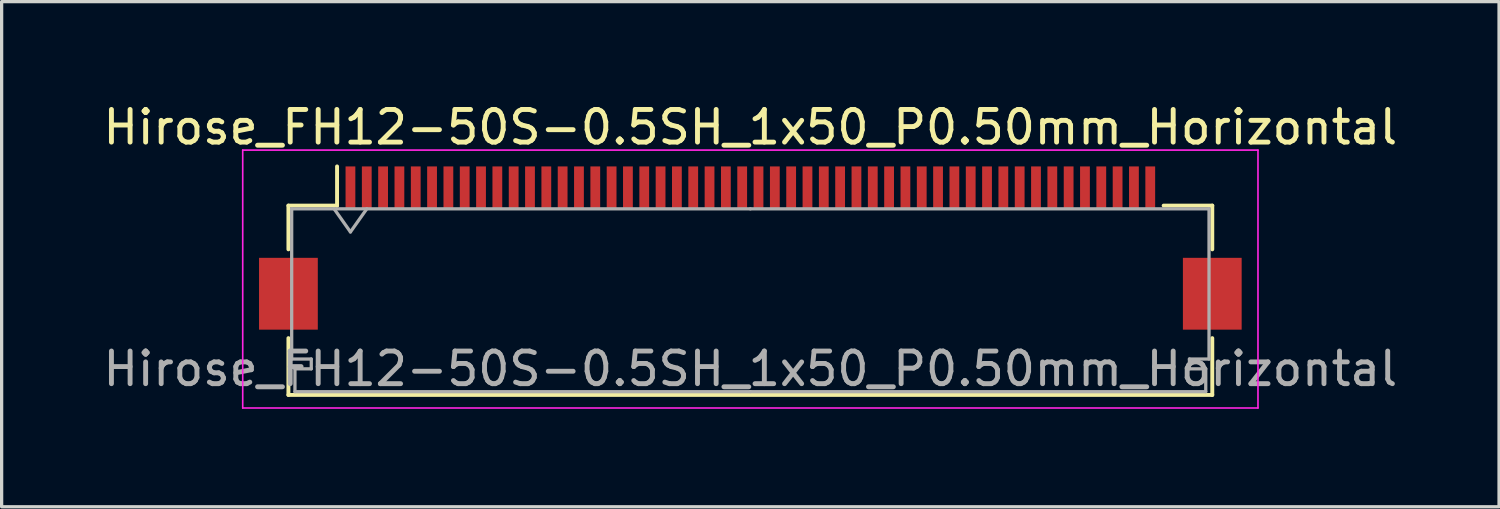
<source format=kicad_pcb>
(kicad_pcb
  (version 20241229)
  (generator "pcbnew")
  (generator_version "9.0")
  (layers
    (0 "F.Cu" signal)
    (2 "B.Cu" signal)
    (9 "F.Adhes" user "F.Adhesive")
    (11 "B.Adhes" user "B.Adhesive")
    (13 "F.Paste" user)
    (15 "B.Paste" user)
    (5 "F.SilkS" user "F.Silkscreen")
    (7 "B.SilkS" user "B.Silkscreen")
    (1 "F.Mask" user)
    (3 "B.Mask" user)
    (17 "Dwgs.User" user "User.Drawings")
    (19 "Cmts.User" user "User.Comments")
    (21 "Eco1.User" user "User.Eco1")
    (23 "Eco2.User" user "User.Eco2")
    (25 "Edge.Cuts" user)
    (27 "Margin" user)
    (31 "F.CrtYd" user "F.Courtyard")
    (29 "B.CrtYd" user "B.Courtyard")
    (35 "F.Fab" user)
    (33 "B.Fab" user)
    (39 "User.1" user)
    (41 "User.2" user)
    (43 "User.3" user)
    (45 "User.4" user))
  (footprint "Hirose_FH12-50S-0.5SH_1x50_P0.50mm_Horizontal"
    (layer "F.Cu")
    (at 19.935 4.548)
    (property "Reference" "Hirose_FH12-50S-0.5SH_1x50_P0.50mm_Horizontal" (at 0 -3.7 0) (layer "F.SilkS") (effects (font (size 1 1) (thickness 0.15))))
    (attr smd)
    (fp_line (start -14.15 -1.3) (end -14.15 0.04) (stroke (width 0.12) (type solid)) (layer "F.SilkS"))
    (fp_line (start -14.15 2.76) (end -14.15 4.5) (stroke (width 0.12) (type solid)) (layer "F.SilkS"))
    (fp_line (start -14.15 4.5) (end 14.15 4.5) (stroke (width 0.12) (type solid)) (layer "F.SilkS"))
    (fp_line (start -12.66 -1.3) (end -14.15 -1.3) (stroke (width 0.12) (type solid)) (layer "F.SilkS"))
    (fp_line (start -12.66 -1.3) (end -12.66 -2.5) (stroke (width 0.12) (type solid)) (layer "F.SilkS"))
    (fp_line (start 12.66 -1.3) (end 14.15 -1.3) (stroke (width 0.12) (type solid)) (layer "F.SilkS"))
    (fp_line (start 14.15 -1.3) (end 14.15 0.04) (stroke (width 0.12) (type solid)) (layer "F.SilkS"))
    (fp_line (start 14.15 4.5) (end 14.15 2.76) (stroke (width 0.12) (type solid)) (layer "F.SilkS"))
    (fp_line (start -15.55 -3) (end -15.55 4.9) (stroke (width 0.05) (type solid)) (layer "F.CrtYd"))
    (fp_line (start -15.55 4.9) (end 15.55 4.9) (stroke (width 0.05) (type solid)) (layer "F.CrtYd"))
    (fp_line (start 15.55 -3) (end -15.55 -3) (stroke (width 0.05) (type solid)) (layer "F.CrtYd"))
    (fp_line (start 15.55 4.9) (end 15.55 -3) (stroke (width 0.05) (type solid)) (layer "F.CrtYd"))
    (fp_line (start -14.05 -1.2) (end -14.05 3.4) (stroke (width 0.1) (type solid)) (layer "F.Fab"))
    (fp_line (start -14.05 3.4) (end -13.45 3.4) (stroke (width 0.1) (type solid)) (layer "F.Fab"))
    (fp_line (start -13.95 3.7) (end -13.95 4.4) (stroke (width 0.1) (type solid)) (layer "F.Fab"))
    (fp_line (start -13.95 4.4) (end 0 4.4) (stroke (width 0.1) (type solid)) (layer "F.Fab"))
    (fp_line (start -13.45 3.4) (end -13.45 3.7) (stroke (width 0.1) (type solid)) (layer "F.Fab"))
    (fp_line (start -13.45 3.7) (end -13.95 3.7) (stroke (width 0.1) (type solid)) (layer "F.Fab"))
    (fp_line (start -12.75 -1.2) (end -12.25 -0.493) (stroke (width 0.1) (type solid)) (layer "F.Fab"))
    (fp_line (start -12.25 -0.493) (end -11.75 -1.2) (stroke (width 0.1) (type solid)) (layer "F.Fab"))
    (fp_line (start 0 -1.2) (end -14.05 -1.2) (stroke (width 0.1) (type solid)) (layer "F.Fab"))
    (fp_line (start 0 -1.2) (end 14.05 -1.2) (stroke (width 0.1) (type solid)) (layer "F.Fab"))
    (fp_line (start 13.45 3.4) (end 13.45 3.7) (stroke (width 0.1) (type solid)) (layer "F.Fab"))
    (fp_line (start 13.45 3.7) (end 13.95 3.7) (stroke (width 0.1) (type solid)) (layer "F.Fab"))
    (fp_line (start 13.95 3.7) (end 13.95 4.4) (stroke (width 0.1) (type solid)) (layer "F.Fab"))
    (fp_line (start 13.95 4.4) (end 0 4.4) (stroke (width 0.1) (type solid)) (layer "F.Fab"))
    (fp_line (start 14.05 -1.2) (end 14.05 3.4) (stroke (width 0.1) (type solid)) (layer "F.Fab"))
    (fp_line (start 14.05 3.4) (end 13.45 3.4) (stroke (width 0.1) (type solid)) (layer "F.Fab"))
    (fp_text user "${REFERENCE}" (at 0 3.7 0) (layer "F.Fab") (effects (font (size 1 1) (thickness 0.15))))
    (pad "" smd rect (at -14.15 1.4) (size 1.8 2.2) (layers "F.Cu" "F.Mask" "F.Paste"))
    (pad "" smd rect (at 14.15 1.4) (size 1.8 2.2) (layers "F.Cu" "F.Mask" "F.Paste"))
    (pad "1" smd rect (at -12.25 -1.85) (size 0.3 1.3) (layers "F.Cu" "F.Mask" "F.Paste"))
    (pad "2" smd rect (at -11.75 -1.85) (size 0.3 1.3) (layers "F.Cu" "F.Mask" "F.Paste"))
    (pad "3" smd rect (at -11.25 -1.85) (size 0.3 1.3) (layers "F.Cu" "F.Mask" "F.Paste"))
    (pad "4" smd rect (at -10.75 -1.85) (size 0.3 1.3) (layers "F.Cu" "F.Mask" "F.Paste"))
    (pad "5" smd rect (at -10.25 -1.85) (size 0.3 1.3) (layers "F.Cu" "F.Mask" "F.Paste"))
    (pad "6" smd rect (at -9.75 -1.85) (size 0.3 1.3) (layers "F.Cu" "F.Mask" "F.Paste"))
    (pad "7" smd rect (at -9.25 -1.85) (size 0.3 1.3) (layers "F.Cu" "F.Mask" "F.Paste"))
    (pad "8" smd rect (at -8.75 -1.85) (size 0.3 1.3) (layers "F.Cu" "F.Mask" "F.Paste"))
    (pad "9" smd rect (at -8.25 -1.85) (size 0.3 1.3) (layers "F.Cu" "F.Mask" "F.Paste"))
    (pad "10" smd rect (at -7.75 -1.85) (size 0.3 1.3) (layers "F.Cu" "F.Mask" "F.Paste"))
    (pad "11" smd rect (at -7.25 -1.85) (size 0.3 1.3) (layers "F.Cu" "F.Mask" "F.Paste"))
    (pad "12" smd rect (at -6.75 -1.85) (size 0.3 1.3) (layers "F.Cu" "F.Mask" "F.Paste"))
    (pad "13" smd rect (at -6.25 -1.85) (size 0.3 1.3) (layers "F.Cu" "F.Mask" "F.Paste"))
    (pad "14" smd rect (at -5.75 -1.85) (size 0.3 1.3) (layers "F.Cu" "F.Mask" "F.Paste"))
    (pad "15" smd rect (at -5.25 -1.85) (size 0.3 1.3) (layers "F.Cu" "F.Mask" "F.Paste"))
    (pad "16" smd rect (at -4.75 -1.85) (size 0.3 1.3) (layers "F.Cu" "F.Mask" "F.Paste"))
    (pad "17" smd rect (at -4.25 -1.85) (size 0.3 1.3) (layers "F.Cu" "F.Mask" "F.Paste"))
    (pad "18" smd rect (at -3.75 -1.85) (size 0.3 1.3) (layers "F.Cu" "F.Mask" "F.Paste"))
    (pad "19" smd rect (at -3.25 -1.85) (size 0.3 1.3) (layers "F.Cu" "F.Mask" "F.Paste"))
    (pad "20" smd rect (at -2.75 -1.85) (size 0.3 1.3) (layers "F.Cu" "F.Mask" "F.Paste"))
    (pad "21" smd rect (at -2.25 -1.85) (size 0.3 1.3) (layers "F.Cu" "F.Mask" "F.Paste"))
    (pad "22" smd rect (at -1.75 -1.85) (size 0.3 1.3) (layers "F.Cu" "F.Mask" "F.Paste"))
    (pad "23" smd rect (at -1.25 -1.85) (size 0.3 1.3) (layers "F.Cu" "F.Mask" "F.Paste"))
    (pad "24" smd rect (at -0.75 -1.85) (size 0.3 1.3) (layers "F.Cu" "F.Mask" "F.Paste"))
    (pad "25" smd rect (at -0.25 -1.85) (size 0.3 1.3) (layers "F.Cu" "F.Mask" "F.Paste"))
    (pad "26" smd rect (at 0.25 -1.85) (size 0.3 1.3) (layers "F.Cu" "F.Mask" "F.Paste"))
    (pad "27" smd rect (at 0.75 -1.85) (size 0.3 1.3) (layers "F.Cu" "F.Mask" "F.Paste"))
    (pad "28" smd rect (at 1.25 -1.85) (size 0.3 1.3) (layers "F.Cu" "F.Mask" "F.Paste"))
    (pad "29" smd rect (at 1.75 -1.85) (size 0.3 1.3) (layers "F.Cu" "F.Mask" "F.Paste"))
    (pad "30" smd rect (at 2.25 -1.85) (size 0.3 1.3) (layers "F.Cu" "F.Mask" "F.Paste"))
    (pad "31" smd rect (at 2.75 -1.85) (size 0.3 1.3) (layers "F.Cu" "F.Mask" "F.Paste"))
    (pad "32" smd rect (at 3.25 -1.85) (size 0.3 1.3) (layers "F.Cu" "F.Mask" "F.Paste"))
    (pad "33" smd rect (at 3.75 -1.85) (size 0.3 1.3) (layers "F.Cu" "F.Mask" "F.Paste"))
    (pad "34" smd rect (at 4.25 -1.85) (size 0.3 1.3) (layers "F.Cu" "F.Mask" "F.Paste"))
    (pad "35" smd rect (at 4.75 -1.85) (size 0.3 1.3) (layers "F.Cu" "F.Mask" "F.Paste"))
    (pad "36" smd rect (at 5.25 -1.85) (size 0.3 1.3) (layers "F.Cu" "F.Mask" "F.Paste"))
    (pad "37" smd rect (at 5.75 -1.85) (size 0.3 1.3) (layers "F.Cu" "F.Mask" "F.Paste"))
    (pad "38" smd rect (at 6.25 -1.85) (size 0.3 1.3) (layers "F.Cu" "F.Mask" "F.Paste"))
    (pad "39" smd rect (at 6.75 -1.85) (size 0.3 1.3) (layers "F.Cu" "F.Mask" "F.Paste"))
    (pad "40" smd rect (at 7.25 -1.85) (size 0.3 1.3) (layers "F.Cu" "F.Mask" "F.Paste"))
    (pad "41" smd rect (at 7.75 -1.85) (size 0.3 1.3) (layers "F.Cu" "F.Mask" "F.Paste"))
    (pad "42" smd rect (at 8.25 -1.85) (size 0.3 1.3) (layers "F.Cu" "F.Mask" "F.Paste"))
    (pad "43" smd rect (at 8.75 -1.85) (size 0.3 1.3) (layers "F.Cu" "F.Mask" "F.Paste"))
    (pad "44" smd rect (at 9.25 -1.85) (size 0.3 1.3) (layers "F.Cu" "F.Mask" "F.Paste"))
    (pad "45" smd rect (at 9.75 -1.85) (size 0.3 1.3) (layers "F.Cu" "F.Mask" "F.Paste"))
    (pad "46" smd rect (at 10.25 -1.85) (size 0.3 1.3) (layers "F.Cu" "F.Mask" "F.Paste"))
    (pad "47" smd rect (at 10.75 -1.85) (size 0.3 1.3) (layers "F.Cu" "F.Mask" "F.Paste"))
    (pad "48" smd rect (at 11.25 -1.85) (size 0.3 1.3) (layers "F.Cu" "F.Mask" "F.Paste"))
    (pad "49" smd rect (at 11.75 -1.85) (size 0.3 1.3) (layers "F.Cu" "F.Mask" "F.Paste"))
    (pad "50" smd rect (at 12.25 -1.85) (size 0.3 1.3) (layers "F.Cu" "F.Mask" "F.Paste")))
  (gr_rect
    (start -3 -3)
    (end 42.869 12.473)
    (stroke (width 0.1) (type default))
    (fill no)
    (layer "Edge.Cuts")))
</source>
